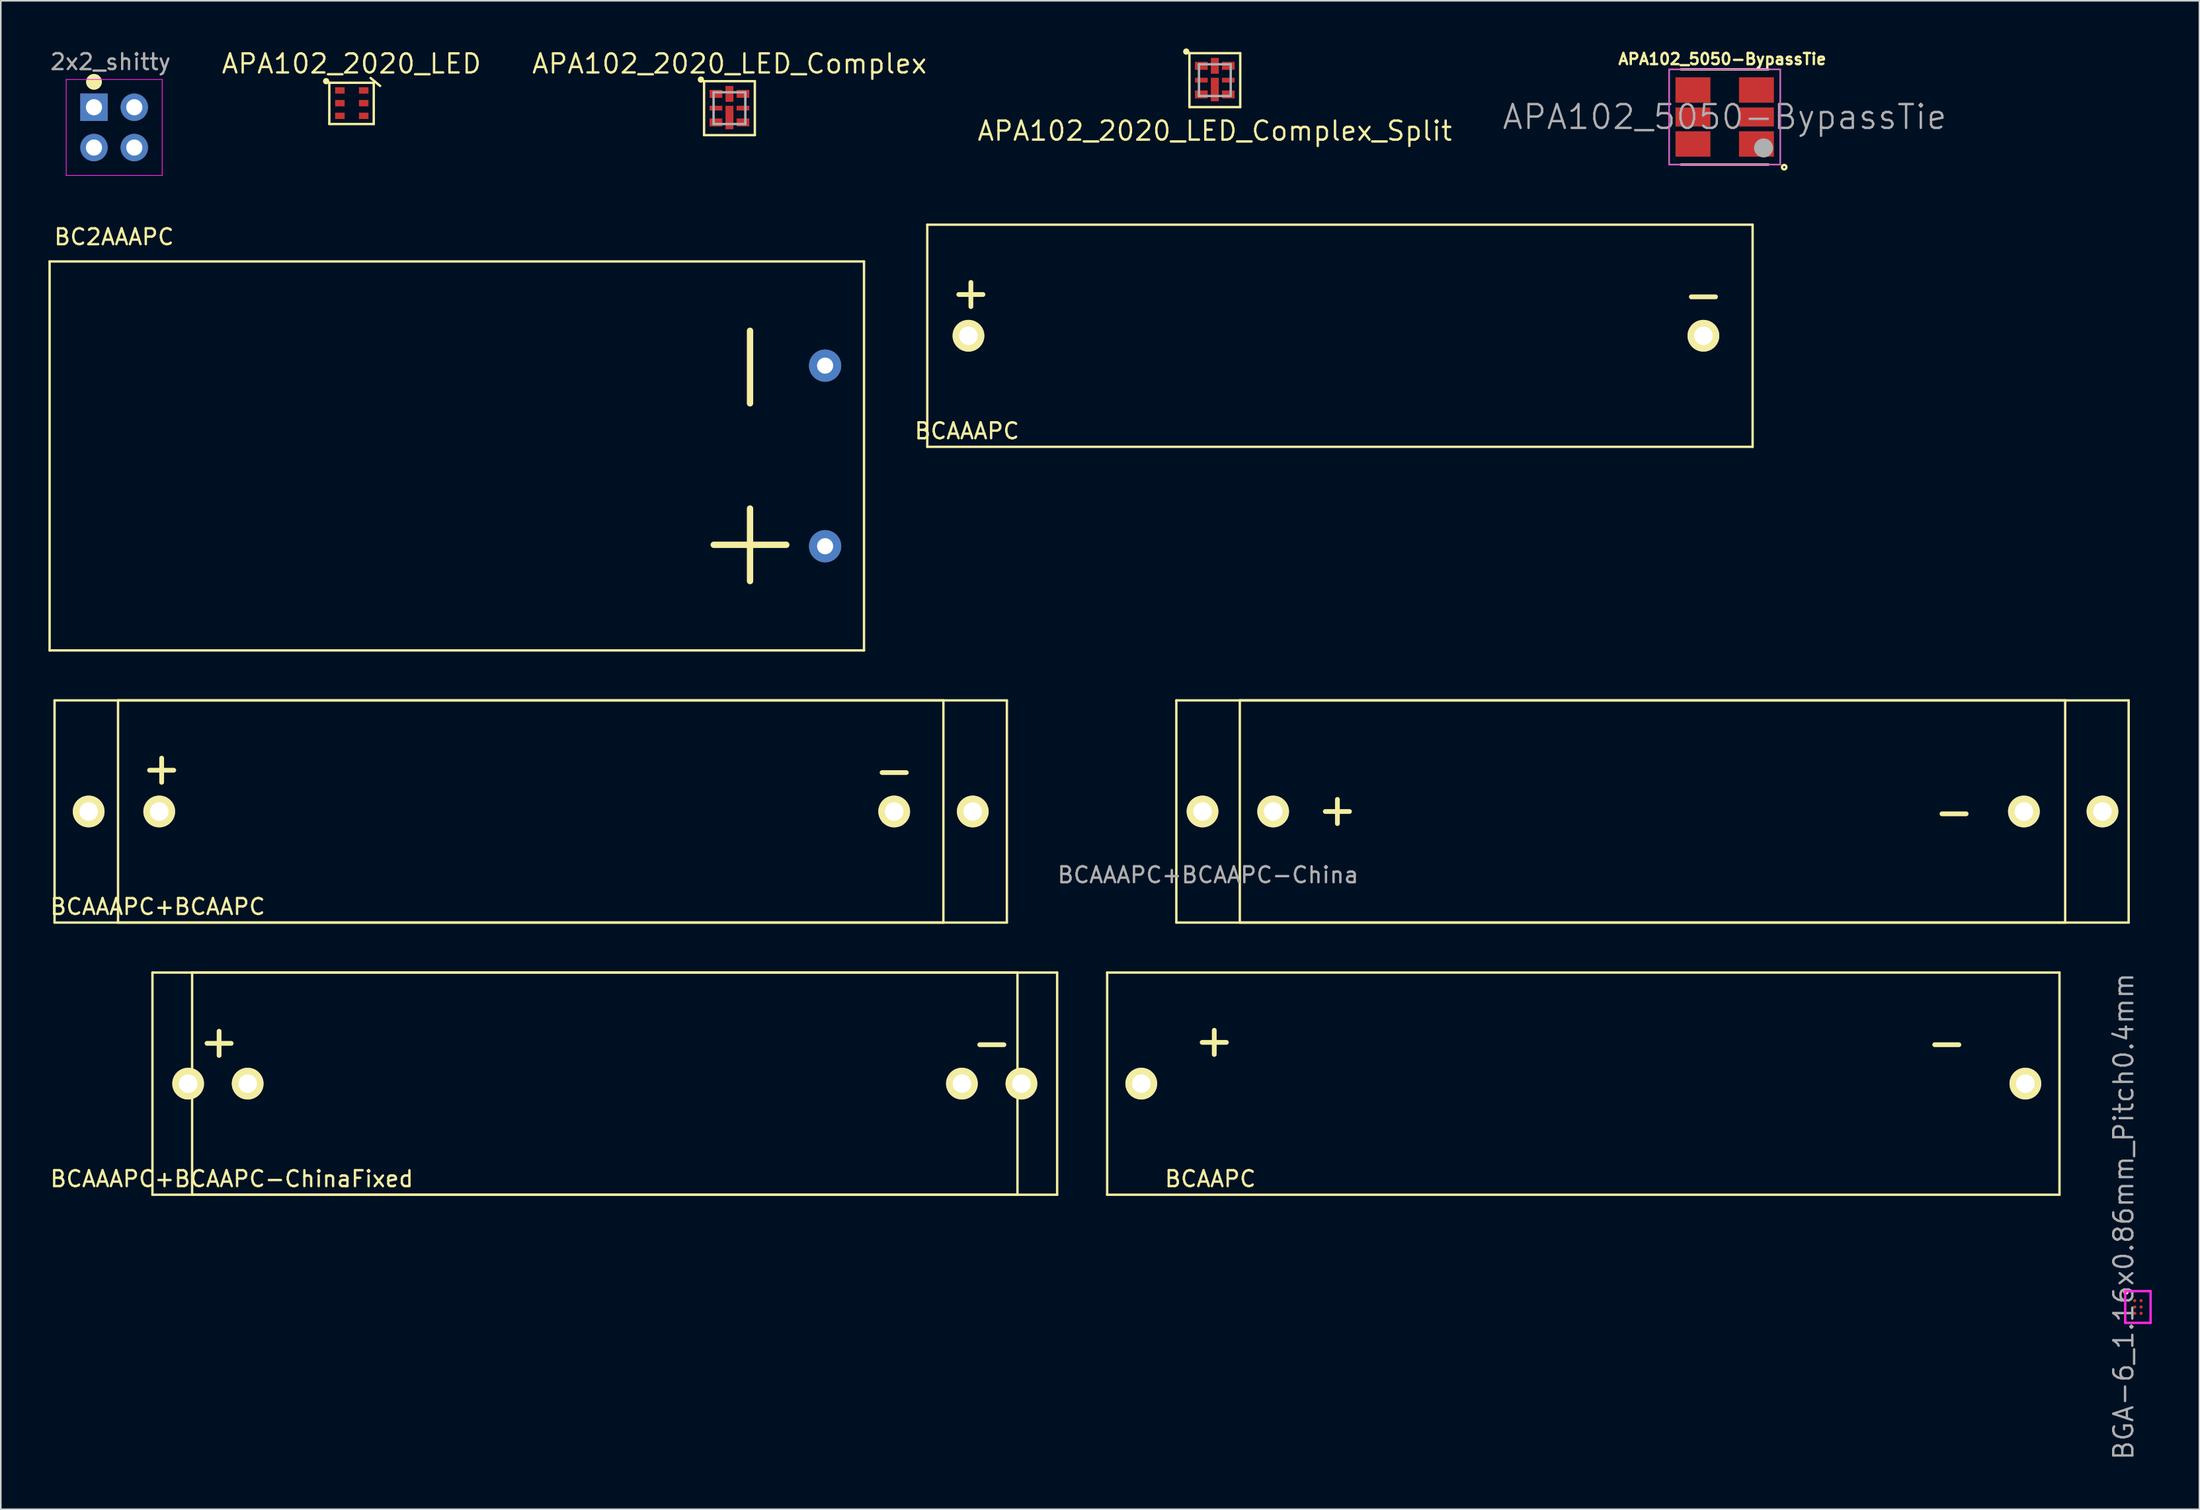
<source format=kicad_pcb>
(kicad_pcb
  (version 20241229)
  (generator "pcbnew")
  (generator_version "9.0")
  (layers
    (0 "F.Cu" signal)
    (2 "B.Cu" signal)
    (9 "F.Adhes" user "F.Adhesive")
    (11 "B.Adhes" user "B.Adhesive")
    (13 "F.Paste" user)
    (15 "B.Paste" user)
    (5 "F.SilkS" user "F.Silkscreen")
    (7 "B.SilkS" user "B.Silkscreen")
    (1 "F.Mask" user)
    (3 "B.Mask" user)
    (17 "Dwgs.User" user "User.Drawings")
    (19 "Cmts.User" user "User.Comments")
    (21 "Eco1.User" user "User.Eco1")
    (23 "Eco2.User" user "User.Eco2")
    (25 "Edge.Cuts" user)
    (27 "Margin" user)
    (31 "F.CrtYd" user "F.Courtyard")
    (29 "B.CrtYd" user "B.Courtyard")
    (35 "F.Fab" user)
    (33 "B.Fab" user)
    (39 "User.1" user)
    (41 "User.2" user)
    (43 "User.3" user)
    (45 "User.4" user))
  (footprint "BCAAAPC+BCAAPC"
    (layer "F.Cu")
    (at 30.387 48.087)
    (property "Reference" "BCAAAPC+BCAAPC" (at -23.5 6 0) (layer "F.SilkS") (effects (font (size 1 1) (thickness 0.15))))
    (attr through_hole)
    (fp_line (start -30 -7) (end 30 -7) (stroke (width 0.15) (type solid)) (layer "F.SilkS"))
    (fp_line (start -30 7) (end -30 -7) (stroke (width 0.15) (type solid)) (layer "F.SilkS"))
    (fp_line (start -26 -7) (end 26 -7) (stroke (width 0.15) (type solid)) (layer "F.SilkS"))
    (fp_line (start -26 7) (end -26 -7) (stroke (width 0.15) (type solid)) (layer "F.SilkS"))
    (fp_line (start 26 -7) (end 26 7) (stroke (width 0.15) (type solid)) (layer "F.SilkS"))
    (fp_line (start 26 7) (end -26 7) (stroke (width 0.15) (type solid)) (layer "F.SilkS"))
    (fp_line (start 30 -7) (end 30 7) (stroke (width 0.15) (type solid)) (layer "F.SilkS"))
    (fp_line (start 30 7) (end -30 7) (stroke (width 0.15) (type solid)) (layer "F.SilkS"))
    (fp_text user "-" (at 22.9 -2.6 0) (layer "F.SilkS") (effects (font (size 2 2) (thickness 0.3))))
    (fp_text user "+" (at -23.4 -2.6 90) (layer "F.SilkS") (effects (font (size 2 2) (thickness 0.3))))
    (pad "1" thru_hole circle (at -27.85 0) (size 2 2) (drill 1.17) (layers "*.Cu" "*.Mask" "F.SilkS"))
    (pad "1" thru_hole circle (at -23.405 0) (size 2 2) (drill 1.17) (layers "*.Cu" "*.Mask" "F.SilkS"))
    (pad "2" thru_hole circle (at 22.9 0) (size 2 2) (drill 1.17) (layers "*.Cu" "*.Mask" "F.SilkS"))
    (pad "2" thru_hole circle (at 27.85 0) (size 2 2) (drill 1.17) (layers "*.Cu" "*.Mask" "F.SilkS")))
  (footprint "2x2_shitty"
    (layer "F.Cu")
    (at 2.871 3.708)
    (property "Reference" "2x2_shitty" (at 1.04 -2.86 0) (layer "F.Fab") (effects (font (size 1 1) (thickness 0.15))))
    (attr through_hole)
    (fp_circle (center 0 -1.6) (end 0 -1.85) (stroke (width 0.5) (type solid)) (fill no) (layer "F.SilkS"))
    (fp_line (start -1.75 -1.75) (end -1.75 4.3) (stroke (width 0.05) (type solid)) (layer "F.CrtYd"))
    (fp_line (start -1.75 -1.75) (end 4.3 -1.75) (stroke (width 0.05) (type solid)) (layer "F.CrtYd"))
    (fp_line (start -1.75 4.3) (end 4.3 4.3) (stroke (width 0.05) (type solid)) (layer "F.CrtYd"))
    (fp_line (start 4.3 -1.75) (end 4.3 4.3) (stroke (width 0.05) (type solid)) (layer "F.CrtYd"))
    (pad "1" thru_hole rect (at 0 0) (size 1.727 1.727) (drill 1.016) (layers "*.Cu" "*.Mask"))
    (pad "2" thru_hole oval (at 0 2.54) (size 1.727 1.727) (drill 1.016) (layers "*.Cu" "*.Mask"))
    (pad "3" thru_hole oval (at 2.54 0) (size 1.727 1.727) (drill 1.016) (layers "*.Cu" "*.Mask"))
    (pad "4" thru_hole oval (at 2.54 2.54) (size 1.727 1.727) (drill 1.016) (layers "*.Cu" "*.Mask")))
  (footprint "BCAAPC"
    (layer "F.Cu")
    (at 96.705 65.237)
    (property "Reference" "BCAAPC" (at -23.5 6 0) (layer "F.SilkS") (effects (font (size 1 1) (thickness 0.15))))
    (attr through_hole)
    (fp_line (start -30 -7) (end 30 -7) (stroke (width 0.15) (type solid)) (layer "F.SilkS"))
    (fp_line (start -30 7) (end -30 -7) (stroke (width 0.15) (type solid)) (layer "F.SilkS"))
    (fp_line (start 30 -7) (end 30 7) (stroke (width 0.15) (type solid)) (layer "F.SilkS"))
    (fp_line (start 30 7) (end -30 7) (stroke (width 0.15) (type solid)) (layer "F.SilkS"))
    (fp_text user "-" (at 22.9 -2.6 0) (layer "F.SilkS") (effects (font (size 2 2) (thickness 0.3))))
    (fp_text user "+" (at -23.4 -2.6 90) (layer "F.SilkS") (effects (font (size 2 2) (thickness 0.3))))
    (pad "1" thru_hole circle (at -27.85 0) (size 2 2) (drill 1.17) (layers "*.Cu" "*.Mask" "F.SilkS"))
    (pad "2" thru_hole circle (at 27.85 0) (size 2 2) (drill 1.17) (layers "*.Cu" "*.Mask" "F.SilkS")))
  (footprint "BGA-6_1.16x0.86mm_Pitch0.4mm"
    (layer "F.Cu")
    (at 131.646 79.313)
    (property "Reference" "BGA-6_1.16x0.86mm_Pitch0.4mm" (at -0.901 -5.704 90) (layer "F.Fab") (effects (font (size 1.2 1.2) (thickness 0.15))))
    (attr through_hole)
    (fp_circle (center -0.75 -0.95) (end -0.75 -1.05) (stroke (width 0.15) (type solid)) (fill no) (layer "F.SilkS"))
    (fp_line (start -0.8 -1) (end 0.8 -1) (stroke (width 0.15) (type solid)) (layer "F.CrtYd"))
    (fp_line (start -0.8 1) (end -0.8 -1) (stroke (width 0.15) (type solid)) (layer "F.CrtYd"))
    (fp_line (start 0.8 -1) (end 0.8 1) (stroke (width 0.15) (type solid)) (layer "F.CrtYd"))
    (fp_line (start 0.8 1) (end -0.8 1) (stroke (width 0.15) (type solid)) (layer "F.CrtYd"))
    (pad "A1" smd circle (at -0.2 -0.4) (size 0.2 0.2) (layers "F.Cu" "F.Mask" "F.Paste"))
    (pad "A2" smd circle (at 0.2 -0.4) (size 0.2 0.2) (layers "F.Cu" "F.Mask" "F.Paste"))
    (pad "B1" smd circle (at -0.2 0) (size 0.2 0.2) (layers "F.Cu" "F.Mask" "F.Paste"))
    (pad "B2" smd circle (at 0.2 0) (size 0.2 0.2) (layers "F.Cu" "F.Mask" "F.Paste"))
    (pad "C1" smd circle (at -0.2 0.4) (size 0.2 0.2) (layers "F.Cu" "F.Mask" "F.Paste"))
    (pad "C2" smd circle (at 0.2 0.4) (size 0.2 0.2) (layers "F.Cu" "F.Mask" "F.Paste")))
  (footprint "BC2AAAPC"
    (layer "F.Cu")
    (at 48.935 25.681)
    (property "Reference" "BC2AAAPC" (at -44.8 -13.8 0) (layer "F.SilkS") (effects (font (size 1 1) (thickness 0.15))))
    (attr through_hole)
    (fp_line (start -48.86 -12.255) (end -48.86 12.255) (stroke (width 0.15) (type solid)) (layer "F.SilkS"))
    (fp_line (start 2.45 -12.255) (end -48.86 -12.255) (stroke (width 0.15) (type solid)) (layer "F.SilkS"))
    (fp_line (start 2.45 -12.255) (end 2.45 12.255) (stroke (width 0.15) (type solid)) (layer "F.SilkS"))
    (fp_line (start 2.45 12.255) (end -48.86 12.255) (stroke (width 0.15) (type solid)) (layer "F.SilkS"))
    (fp_text user "-" (at -5.2 -5.6 90) (layer "F.SilkS") (effects (font (size 6 6) (thickness 0.4))))
    (fp_text user "+" (at -5.2 5.6 90) (layer "F.SilkS") (effects (font (size 6 6) (thickness 0.4))))
    (pad "1" thru_hole circle (at 0 -5.69) (size 2.032 2.032) (drill 1.016) (layers "*.Cu" "*.Mask"))
    (pad "2" thru_hole circle (at 0 5.69) (size 2.032 2.032) (drill 1.016) (layers "*.Cu" "*.Mask")))
  (footprint "BCAAAPC"
    (layer "F.Cu")
    (at 81.371 18.108)
    (property "Reference" "BCAAAPC" (at -23.5 6 0) (layer "F.SilkS") (effects (font (size 1 1) (thickness 0.15))))
    (attr through_hole)
    (fp_line (start -26 -7) (end 26 -7) (stroke (width 0.15) (type solid)) (layer "F.SilkS"))
    (fp_line (start -26 7) (end -26 -7) (stroke (width 0.15) (type solid)) (layer "F.SilkS"))
    (fp_line (start 26 -7) (end 26 7) (stroke (width 0.15) (type solid)) (layer "F.SilkS"))
    (fp_line (start 26 7) (end -26 7) (stroke (width 0.15) (type solid)) (layer "F.SilkS"))
    (fp_text user "-" (at 22.9 -2.6 0) (layer "F.SilkS") (effects (font (size 2 2) (thickness 0.3))))
    (fp_text user "+" (at -23.4 -2.6 90) (layer "F.SilkS") (effects (font (size 2 2) (thickness 0.3))))
    (pad "1" thru_hole circle (at -23.405 0) (size 2 2) (drill 1.17) (layers "*.Cu" "*.Mask" "F.SilkS"))
    (pad "2" thru_hole circle (at 22.9 0) (size 2 2) (drill 1.17) (layers "*.Cu" "*.Mask" "F.SilkS")))
  (footprint "BCAAAPC+BCAAPC-China"
    (layer "F.Cu")
    (at 101.063 48.087)
    (property "Reference" "BCAAAPC+BCAAPC-China" (at -28 4 0) (layer "F.Fab") (effects (font (size 1 1) (thickness 0.15))))
    (attr through_hole)
    (fp_line (start -30 -7) (end 30 -7) (stroke (width 0.15) (type solid)) (layer "F.SilkS"))
    (fp_line (start -30 7) (end -30 -7) (stroke (width 0.15) (type solid)) (layer "F.SilkS"))
    (fp_line (start -26 -7) (end 26 -7) (stroke (width 0.15) (type solid)) (layer "F.SilkS"))
    (fp_line (start -26 7) (end -26 -7) (stroke (width 0.15) (type solid)) (layer "F.SilkS"))
    (fp_line (start 26 -7) (end 26 7) (stroke (width 0.15) (type solid)) (layer "F.SilkS"))
    (fp_line (start 26 7) (end -26 7) (stroke (width 0.15) (type solid)) (layer "F.SilkS"))
    (fp_line (start 30 -7) (end 30 7) (stroke (width 0.15) (type solid)) (layer "F.SilkS"))
    (fp_line (start 30 7) (end -30 7) (stroke (width 0.15) (type solid)) (layer "F.SilkS"))
    (fp_text user "+" (at -20 0 90) (layer "F.SilkS") (effects (font (size 2 2) (thickness 0.3))))
    (fp_text user "-" (at 19 0 0) (layer "F.SilkS") (effects (font (size 2 2) (thickness 0.3))))
    (pad "1" thru_hole circle (at -28.35 0) (size 2 2) (drill 1.17) (layers "*.Cu" "*.Mask" "F.SilkS"))
    (pad "1" thru_hole circle (at -23.9 0) (size 2 2) (drill 1.17) (layers "*.Cu" "*.Mask" "F.SilkS"))
    (pad "2" thru_hole circle (at 23.4 0) (size 2 2) (drill 1.17) (layers "*.Cu" "*.Mask" "F.SilkS"))
    (pad "2" thru_hole circle (at 28.35 0) (size 2 2) (drill 1.17) (layers "*.Cu" "*.Mask" "F.SilkS")))
  (footprint "APA102_5050-BypassTie"
    (layer "F.Cu")
    (at 105.66 4.285)
    (property "Reference" "APA102_5050-BypassTie" (at -0.198 -3.613 180) (layer "F.SilkS") (effects (font (size 0.7 0.7) (thickness 0.15))))
    (attr through_hole)
    (fp_line (start 2.702 -2.963) (end -2.798 -2.963) (stroke (width 0.15) (type solid)) (layer "F.SilkS"))
    (fp_line (start 2.702 3.037) (end -2.798 3.037) (stroke (width 0.15) (type solid)) (layer "F.SilkS"))
    (fp_circle (center 3.7 3.2) (end 3.6 3.1) (stroke (width 0.15) (type solid)) (fill no) (layer "F.SilkS"))
    (fp_line (start -3.548 -2.963) (end 3.452 -2.963) (stroke (width 0.05) (type solid)) (layer "F.CrtYd"))
    (fp_line (start -3.548 3.037) (end -3.548 -2.963) (stroke (width 0.05) (type solid)) (layer "F.CrtYd"))
    (fp_line (start 3.452 -2.963) (end 3.452 3.037) (stroke (width 0.05) (type solid)) (layer "F.CrtYd"))
    (fp_line (start 3.452 3.037) (end -3.548 3.037) (stroke (width 0.05) (type solid)) (layer "F.CrtYd"))
    (fp_line (start -3.548 -2.963) (end 3.452 -2.963) (stroke (width 0.1) (type solid)) (layer "F.Fab"))
    (fp_line (start -3.548 3.037) (end -3.548 -2.963) (stroke (width 0.1) (type solid)) (layer "F.Fab"))
    (fp_line (start 3.452 -2.963) (end 3.452 3.037) (stroke (width 0.1) (type solid)) (layer "F.Fab"))
    (fp_line (start 3.452 3.037) (end -3.548 3.037) (stroke (width 0.1) (type solid)) (layer "F.Fab"))
    (fp_circle (center 2.402 1.987) (end 2.402 1.687) (stroke (width 0.6) (type solid)) (fill no) (layer "F.Fab"))
    (fp_text user "${REFERENCE}" (at -0.048 0.037 180) (layer "F.Fab") (effects (font (size 1.5 1.5) (thickness 0.15))))
    (pad "1" smd rect (at 1.952 1.737 90) (size 1.6 2.2) (layers "F.Cu" "F.Mask" "F.Paste"))
    (pad "2" smd rect (at 1.952 0.037 90) (size 1.2 2.2) (layers "F.Cu" "F.Mask" "F.Paste"))
    (pad "3" smd rect (at 1.952 -1.663 90) (size 1.6 2.2) (layers "F.Cu" "F.Mask" "F.Paste"))
    (pad "4" smd rect (at -2.048 -1.663 90) (size 1.6 2.2) (layers "F.Cu" "F.Mask" "F.Paste"))
    (pad "5" smd rect (at -2.048 0.037 90) (size 1.2 2.2) (layers "F.Cu" "F.Mask" "F.Paste"))
    (pad "6" smd rect (at -2.048 1.737 90) (size 1.6 2.2) (layers "F.Cu" "F.Mask" "F.Paste")))
  (footprint "APA102_2020_LED"
    (layer "F.Cu")
    (at 19.098 3.465)
    (property "Reference" "APA102_2020_LED" (at 0 -2.5 0) (layer "F.SilkS") (effects (font (size 1.2 1.2) (thickness 0.15))))
    (attr through_hole)
    (fp_line (start -1.4 -1.3) (end -1.4 1.3) (stroke (width 0.15) (type solid)) (layer "F.SilkS"))
    (fp_line (start -1.4 1.3) (end 1.4 1.3) (stroke (width 0.15) (type solid)) (layer "F.SilkS"))
    (fp_line (start 1.2 -1.6) (end 1.8 -1.1) (stroke (width 0.15) (type solid)) (layer "F.SilkS"))
    (fp_line (start 1.4 -1.3) (end -1.4 -1.3) (stroke (width 0.15) (type solid)) (layer "F.SilkS"))
    (fp_line (start 1.4 1.3) (end 1.4 -1.3) (stroke (width 0.15) (type solid)) (layer "F.SilkS"))
    (fp_circle (center -1.6 -1.4) (end -1.7 -1.4) (stroke (width 0.2) (type solid)) (fill no) (layer "F.SilkS"))
    (pad "1" smd rect (at -0.734 -0.815 270) (size 0.4 0.6) (layers "F.Cu" "F.Mask" "F.Paste"))
    (pad "2" smd rect (at -0.734 -0.015 270) (size 0.4 0.6) (layers "F.Cu" "F.Mask" "F.Paste"))
    (pad "3" smd rect (at -0.734 0.785 270) (size 0.4 0.6) (layers "F.Cu" "F.Mask" "F.Paste"))
    (pad "4" smd rect (at 0.766 0.785 270) (size 0.4 0.6) (layers "F.Cu" "F.Mask" "F.Paste"))
    (pad "5" smd rect (at 0.766 -0.015 270) (size 0.4 0.6) (layers "F.Cu" "F.Mask" "F.Paste"))
    (pad "6" smd rect (at 0.766 -0.815 270) (size 0.4 0.6) (layers "F.Cu" "F.Mask" "F.Paste")))
  (footprint "BCAAAPC+BCAAPC-ChinaFixed"
    (layer "F.Cu")
    (at 35.054 65.237)
    (property "Reference" "BCAAAPC+BCAAPC-ChinaFixed" (at -23.5 6 0) (layer "F.SilkS") (effects (font (size 1 1) (thickness 0.15))))
    (attr through_hole)
    (fp_line (start -28.501 -7) (end 28.501 -7) (stroke (width 0.15) (type solid)) (layer "F.SilkS"))
    (fp_line (start -28.5 7) (end -28.5 -7) (stroke (width 0.15) (type solid)) (layer "F.SilkS"))
    (fp_line (start -26 -7) (end 26 -7) (stroke (width 0.15) (type solid)) (layer "F.SilkS"))
    (fp_line (start -26 7) (end -26 -7) (stroke (width 0.15) (type solid)) (layer "F.SilkS"))
    (fp_line (start 26 -7) (end 26 7) (stroke (width 0.15) (type solid)) (layer "F.SilkS"))
    (fp_line (start 26 7) (end -26 7) (stroke (width 0.15) (type solid)) (layer "F.SilkS"))
    (fp_line (start 28.5 -7) (end 28.5 7) (stroke (width 0.15) (type solid)) (layer "F.SilkS"))
    (fp_line (start 28.501 7) (end -28.501 7) (stroke (width 0.15) (type solid)) (layer "F.SilkS"))
    (fp_text user "+" (at -24.448 -2.54 90) (layer "F.SilkS") (effects (font (size 2 2) (thickness 0.3))))
    (fp_text user "-" (at 24.384 -2.6 0) (layer "F.SilkS") (effects (font (size 2 2) (thickness 0.3))))
    (pad "1" thru_hole circle (at -26.25 0) (size 2 2) (drill 1.17) (layers "*.Cu" "*.Mask" "F.SilkS"))
    (pad "1" thru_hole circle (at -22.5 0) (size 2 2) (drill 1.17) (layers "*.Cu" "*.Mask" "F.SilkS"))
    (pad "2" thru_hole circle (at 22.5 0) (size 2 2) (drill 1.17) (layers "*.Cu" "*.Mask" "F.SilkS"))
    (pad "2" thru_hole circle (at 26.25 0) (size 2 2) (drill 1.17) (layers "*.Cu" "*.Mask" "F.SilkS")))
  (footprint "APA102_2020_LED_Complex_Split"
    (layer "F.Cu")
    (at 73.489 2)
    (property "Reference" "APA102_2020_LED_Complex_Split" (at 0 3.2 0) (layer "F.SilkS") (effects (font (size 1.2 1.2) (thickness 0.15))))
    (attr through_hole)
    (fp_line (start -1.6 -1.7) (end 1.6 -1.7) (stroke (width 0.15) (type solid)) (layer "F.SilkS"))
    (fp_line (start -1.6 1.7) (end -1.6 -1.7) (stroke (width 0.15) (type solid)) (layer "F.SilkS"))
    (fp_line (start 1.6 -1.7) (end 1.6 1.7) (stroke (width 0.15) (type solid)) (layer "F.SilkS"))
    (fp_line (start 1.6 1.7) (end -1.6 1.7) (stroke (width 0.15) (type solid)) (layer "F.SilkS"))
    (fp_circle (center -1.8 -1.8) (end -1.9 -1.8) (stroke (width 0.2) (type solid)) (fill no) (layer "F.SilkS"))
    (fp_line (start -1 -1) (end -1 1) (stroke (width 0.15) (type solid)) (layer "F.Fab"))
    (fp_line (start -1 -1) (end 1 -1) (stroke (width 0.15) (type solid)) (layer "F.Fab"))
    (fp_line (start -1 1) (end 1 1) (stroke (width 0.15) (type solid)) (layer "F.Fab"))
    (fp_line (start 1 1) (end 1 -1) (stroke (width 0.15) (type solid)) (layer "F.Fab"))
    (pad "1" smd rect (at -0.85 -0.9) (size 0.8 0.5) (layers "F.Cu" "F.Mask" "F.Paste"))
    (pad "2" smd rect (at -0.85 0) (size 0.8 0.3) (layers "F.Cu" "F.Mask" "F.Paste"))
    (pad "3" smd rect (at -0.85 0.9) (size 0.8 0.5) (layers "F.Cu" "F.Mask" "F.Paste"))
    (pad "4" smd rect (at 0.85 0.9) (size 0.8 0.5) (layers "F.Cu" "F.Mask" "F.Paste"))
    (pad "5" smd rect (at 0.85 0) (size 0.8 0.3) (layers "F.Cu" "F.Mask" "F.Paste"))
    (pad "6" smd rect (at 0.85 -0.9) (size 0.8 0.5) (layers "F.Cu" "F.Mask" "F.Paste"))
    (pad "7" smd rect (at 0 -0.9) (size 0.5 1) (layers "F.Cu" "F.Mask" "F.Paste"))
    (pad "8" smd rect (at 0 0.59) (size 0.5 1.48) (layers "F.Cu" "F.Mask" "F.Paste")))
  (footprint "APA102_2020_LED_Complex"
    (layer "F.Cu")
    (at 42.908 3.765)
    (property "Reference" "APA102_2020_LED_Complex" (at 0 -2.8 0) (layer "F.SilkS") (effects (font (size 1.2 1.2) (thickness 0.15))))
    (attr through_hole)
    (fp_line (start -1.6 -1.7) (end 1.6 -1.7) (stroke (width 0.15) (type solid)) (layer "F.SilkS"))
    (fp_line (start -1.6 1.7) (end -1.6 -1.7) (stroke (width 0.15) (type solid)) (layer "F.SilkS"))
    (fp_line (start 1.6 -1.7) (end 1.6 1.7) (stroke (width 0.15) (type solid)) (layer "F.SilkS"))
    (fp_line (start 1.6 1.7) (end -1.6 1.7) (stroke (width 0.15) (type solid)) (layer "F.SilkS"))
    (fp_circle (center -1.8 -1.8) (end -1.9 -1.8) (stroke (width 0.2) (type solid)) (fill no) (layer "F.SilkS"))
    (fp_line (start -1 -1) (end -1 1) (stroke (width 0.15) (type solid)) (layer "F.Fab"))
    (fp_line (start -1 -1) (end 1 -1) (stroke (width 0.15) (type solid)) (layer "F.Fab"))
    (fp_line (start -1 1) (end 1 1) (stroke (width 0.15) (type solid)) (layer "F.Fab"))
    (fp_line (start 1 1) (end 1 -1) (stroke (width 0.15) (type solid)) (layer "F.Fab"))
    (pad "1" smd rect (at -0.85 -0.9) (size 0.8 0.5) (layers "F.Cu" "F.Mask" "F.Paste"))
    (pad "2" smd rect (at -0.85 0) (size 0.8 0.3) (layers "F.Cu" "F.Mask" "F.Paste"))
    (pad "3" smd rect (at -0.85 0.9) (size 0.8 0.5) (layers "F.Cu" "F.Mask" "F.Paste"))
    (pad "4" smd rect (at 0.85 0.9) (size 0.8 0.5) (layers "F.Cu" "F.Mask" "F.Paste"))
    (pad "5" smd rect (at 0.85 0) (size 0.8 0.3) (layers "F.Cu" "F.Mask" "F.Paste"))
    (pad "6" smd rect (at 0.85 -0.9) (size 0.8 0.5) (layers "F.Cu" "F.Mask" "F.Paste"))
    (pad "7" smd rect (at 0 -0.9) (size 0.5 1) (layers "F.Cu" "F.Mask" "F.Paste"))
    (pad "8" smd rect (at 0 0.59) (size 0.5 1.48) (layers "F.Cu" "F.Mask" "F.Paste")))
  (gr_rect
    (start -3 -3)
    (end 135.521 92.057)
    (stroke (width 0.1) (type default))
    (fill no)
    (layer "Edge.Cuts")))
</source>
